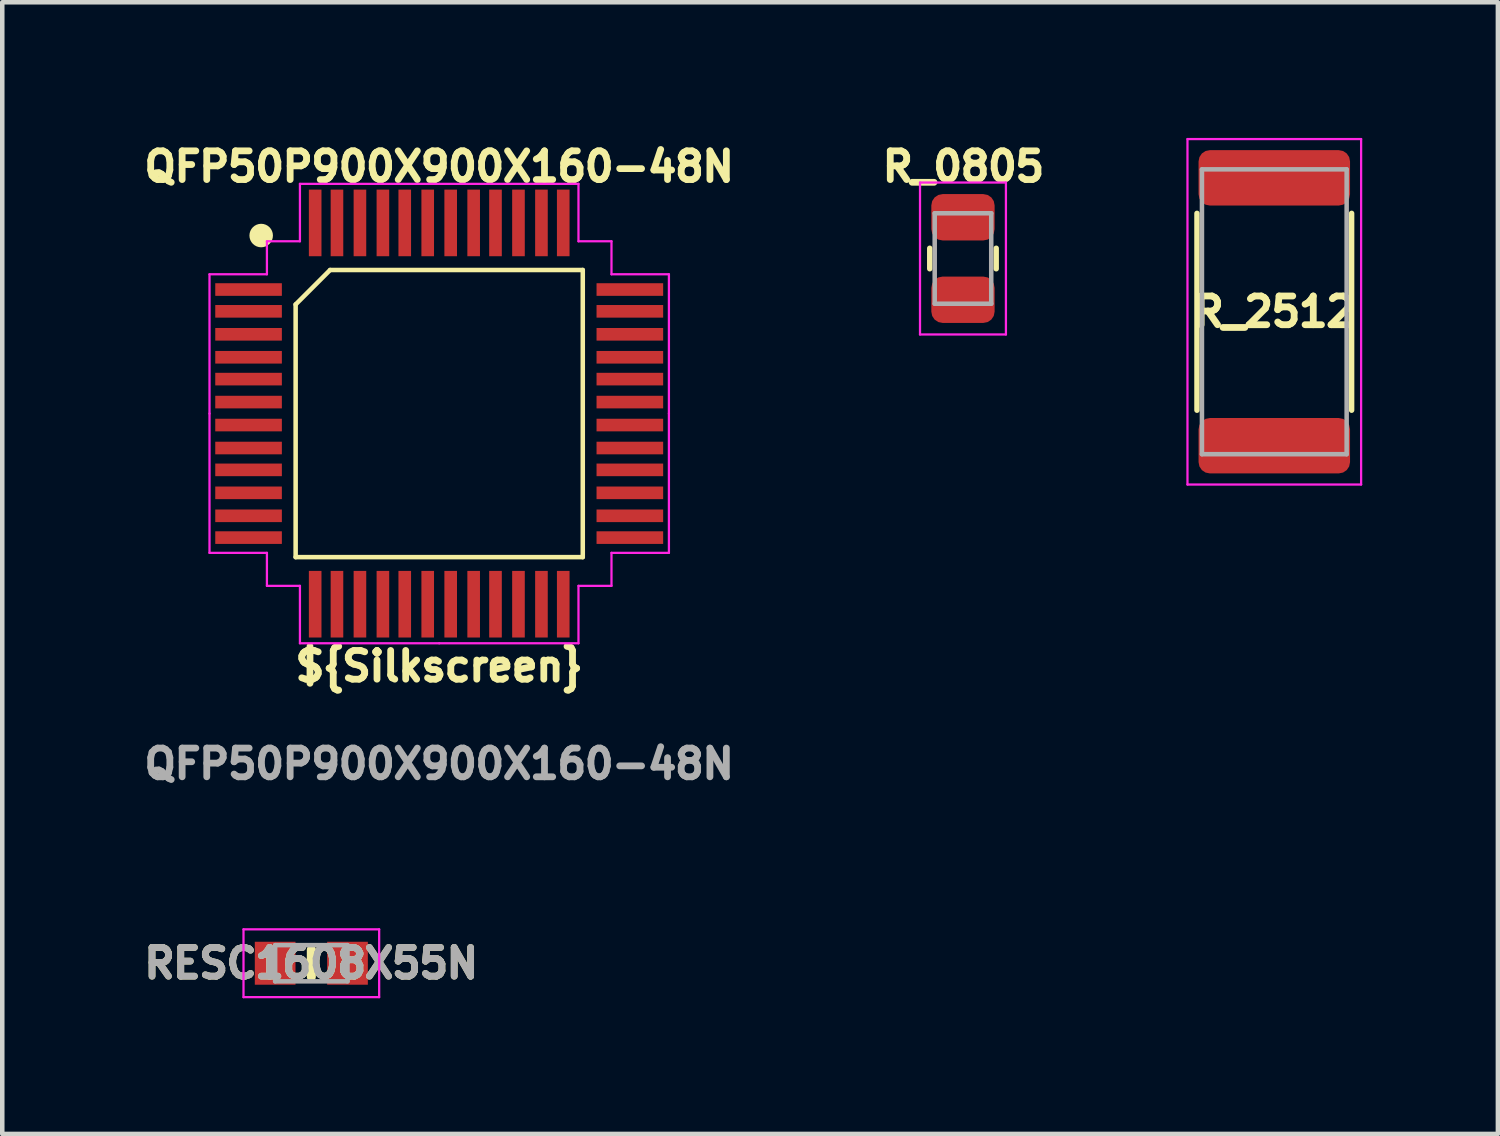
<source format=kicad_pcb>
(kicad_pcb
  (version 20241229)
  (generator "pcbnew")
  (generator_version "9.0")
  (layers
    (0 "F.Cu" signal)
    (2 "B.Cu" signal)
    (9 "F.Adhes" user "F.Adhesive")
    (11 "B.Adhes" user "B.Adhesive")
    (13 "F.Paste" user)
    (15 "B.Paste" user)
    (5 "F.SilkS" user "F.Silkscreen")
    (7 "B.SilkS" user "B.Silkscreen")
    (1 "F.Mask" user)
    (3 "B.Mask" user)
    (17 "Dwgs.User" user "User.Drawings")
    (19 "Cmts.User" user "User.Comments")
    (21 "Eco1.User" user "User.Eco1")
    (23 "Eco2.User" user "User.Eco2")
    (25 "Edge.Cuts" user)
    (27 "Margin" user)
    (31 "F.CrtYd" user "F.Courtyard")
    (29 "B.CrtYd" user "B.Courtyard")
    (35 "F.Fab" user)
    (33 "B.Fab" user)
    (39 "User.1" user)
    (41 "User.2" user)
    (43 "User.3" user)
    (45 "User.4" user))
  (footprint "R_2512"
    (layer "F.Cu")
    (at 25.131 3.845)
    (property "Reference" "R_2512" (at 0 0 180) (layer "F.SilkS") (effects (font (size 0.635 0.635) (thickness 0.15))))
    (attr smd)
    (fp_line (start -1.71 2.177) (end -1.71 -2.177) (stroke (width 0.12) (type solid)) (layer "F.SilkS"))
    (fp_line (start 1.71 2.177) (end 1.71 -2.177) (stroke (width 0.12) (type solid)) (layer "F.SilkS"))
    (fp_line (start -1.92 -3.82) (end 1.92 -3.82) (stroke (width 0.05) (type solid)) (layer "F.CrtYd"))
    (fp_line (start -1.92 3.82) (end -1.92 -3.82) (stroke (width 0.05) (type solid)) (layer "F.CrtYd"))
    (fp_line (start 1.92 -3.82) (end 1.92 3.82) (stroke (width 0.05) (type solid)) (layer "F.CrtYd"))
    (fp_line (start 1.92 3.82) (end -1.92 3.82) (stroke (width 0.05) (type solid)) (layer "F.CrtYd"))
    (fp_line (start -1.6 -3.15) (end 1.6 -3.15) (stroke (width 0.1) (type solid)) (layer "F.Fab"))
    (fp_line (start -1.6 3.15) (end -1.6 -3.15) (stroke (width 0.1) (type solid)) (layer "F.Fab"))
    (fp_line (start 1.6 -3.15) (end 1.6 3.15) (stroke (width 0.1) (type solid)) (layer "F.Fab"))
    (fp_line (start 1.6 3.15) (end -1.6 3.15) (stroke (width 0.1) (type solid)) (layer "F.Fab"))
    (pad "1" smd roundrect (at 0 2.962 90) (size 1.225 3.35) (layers "F.Cu" "F.Mask" "F.Paste") (roundrect_rratio 0.204))
    (pad "2" smd roundrect (at 0 -2.962 90) (size 1.225 3.35) (layers "F.Cu" "F.Mask" "F.Paste") (roundrect_rratio 0.204)))
  (footprint "QFP50P900X900X160-48N"
    (layer "F.Cu")
    (at 6.663 6.096)
    (property "Reference" "QFP50P900X900X160-48N" (at 0 -5.461 0) (layer "F.SilkS") (effects (font (size 0.635 0.635) (thickness 0.15))))
    (attr smd)
    (fp_line (start -3.175 -2.413) (end -2.413 -3.175) (stroke (width 0.1) (type solid)) (layer "F.SilkS"))
    (fp_line (start -3.175 3.175) (end -3.175 -2.413) (stroke (width 0.1) (type solid)) (layer "F.SilkS"))
    (fp_line (start -2.413 -3.175) (end 3.175 -3.175) (stroke (width 0.1) (type solid)) (layer "F.SilkS"))
    (fp_line (start 3.175 -3.175) (end 3.175 3.175) (stroke (width 0.1) (type solid)) (layer "F.SilkS"))
    (fp_line (start 3.175 3.175) (end -3.175 3.175) (stroke (width 0.1) (type solid)) (layer "F.SilkS"))
    (fp_circle (center -3.937 -3.937) (end -3.737 -3.937) (stroke (width 0.12) (type solid)) (fill yes) (layer "F.SilkS"))
    (fp_line (start -5.08 -3.08) (end -5.08 0) (stroke (width 0.05) (type solid)) (layer "F.CrtYd"))
    (fp_line (start -5.08 0) (end -5.08 3.08) (stroke (width 0.05) (type solid)) (layer "F.CrtYd"))
    (fp_line (start -5.08 3.08) (end -3.81 3.08) (stroke (width 0.05) (type solid)) (layer "F.CrtYd"))
    (fp_line (start -3.81 -3.08) (end -5.08 -3.08) (stroke (width 0.05) (type solid)) (layer "F.CrtYd"))
    (fp_line (start -3.81 -3.08) (end -3.81 -3.81) (stroke (width 0.05) (type solid)) (layer "F.CrtYd"))
    (fp_line (start -3.81 3.08) (end -3.81 3.81) (stroke (width 0.05) (type solid)) (layer "F.CrtYd"))
    (fp_line (start -3.08 -5.08) (end -3.08 -3.81) (stroke (width 0.05) (type solid)) (layer "F.CrtYd"))
    (fp_line (start -3.08 -3.81) (end -3.81 -3.81) (stroke (width 0.05) (type solid)) (layer "F.CrtYd"))
    (fp_line (start -3.08 3.81) (end -3.81 3.81) (stroke (width 0.05) (type solid)) (layer "F.CrtYd"))
    (fp_line (start -3.08 3.81) (end -3.08 5.08) (stroke (width 0.05) (type solid)) (layer "F.CrtYd"))
    (fp_line (start -3.08 5.08) (end 0 5.08) (stroke (width 0.05) (type solid)) (layer "F.CrtYd"))
    (fp_line (start 0 -5.08) (end -3.08 -5.08) (stroke (width 0.05) (type solid)) (layer "F.CrtYd"))
    (fp_line (start 0 5.08) (end 3.08 5.08) (stroke (width 0.05) (type solid)) (layer "F.CrtYd"))
    (fp_line (start 3.08 -5.08) (end 0 -5.08) (stroke (width 0.05) (type solid)) (layer "F.CrtYd"))
    (fp_line (start 3.08 -3.81) (end 3.08 -5.08) (stroke (width 0.05) (type solid)) (layer "F.CrtYd"))
    (fp_line (start 3.08 -3.81) (end 3.81 -3.81) (stroke (width 0.05) (type solid)) (layer "F.CrtYd"))
    (fp_line (start 3.08 3.81) (end 3.81 3.81) (stroke (width 0.05) (type solid)) (layer "F.CrtYd"))
    (fp_line (start 3.08 5.08) (end 3.08 3.81) (stroke (width 0.05) (type solid)) (layer "F.CrtYd"))
    (fp_line (start 3.81 -3.08) (end 3.81 -3.81) (stroke (width 0.05) (type solid)) (layer "F.CrtYd"))
    (fp_line (start 3.81 3.08) (end 3.81 3.81) (stroke (width 0.05) (type solid)) (layer "F.CrtYd"))
    (fp_line (start 3.81 3.08) (end 5.08 3.08) (stroke (width 0.05) (type solid)) (layer "F.CrtYd"))
    (fp_line (start 5.08 -3.08) (end 3.81 -3.08) (stroke (width 0.05) (type solid)) (layer "F.CrtYd"))
    (fp_line (start 5.08 0) (end 5.08 -3.08) (stroke (width 0.05) (type solid)) (layer "F.CrtYd"))
    (fp_line (start 5.08 3.08) (end 5.08 0) (stroke (width 0.05) (type solid)) (layer "F.CrtYd"))
    (fp_text user "${Silkscreen}" (at 0 5.588 0) (layer "F.SilkS") (effects (font (size 0.635 0.635) (thickness 0.15))))
    (fp_text user "${REFERENCE}" (at 0 7.747 0) (layer "F.Fab") (effects (font (size 0.635 0.635) (thickness 0.15))))
    (pad "1" smd rect (at -4.216 -2.743 90) (size 0.279 1.473) (layers "F.Cu" "F.Mask" "F.Paste"))
    (pad "2" smd rect (at -4.216 -2.261 90) (size 0.279 1.473) (layers "F.Cu" "F.Mask" "F.Paste"))
    (pad "3" smd rect (at -4.216 -1.753 90) (size 0.279 1.473) (layers "F.Cu" "F.Mask" "F.Paste"))
    (pad "4" smd rect (at -4.216 -1.245 90) (size 0.279 1.473) (layers "F.Cu" "F.Mask" "F.Paste"))
    (pad "5" smd rect (at -4.216 -0.762 90) (size 0.279 1.473) (layers "F.Cu" "F.Mask" "F.Paste"))
    (pad "6" smd rect (at -4.216 -0.254 90) (size 0.279 1.473) (layers "F.Cu" "F.Mask" "F.Paste"))
    (pad "7" smd rect (at -4.216 0.254 90) (size 0.279 1.473) (layers "F.Cu" "F.Mask" "F.Paste"))
    (pad "8" smd rect (at -4.216 0.762 90) (size 0.279 1.473) (layers "F.Cu" "F.Mask" "F.Paste"))
    (pad "9" smd rect (at -4.216 1.245 90) (size 0.279 1.473) (layers "F.Cu" "F.Mask" "F.Paste"))
    (pad "10" smd rect (at -4.216 1.753 90) (size 0.279 1.473) (layers "F.Cu" "F.Mask" "F.Paste"))
    (pad "11" smd rect (at -4.216 2.261 90) (size 0.279 1.473) (layers "F.Cu" "F.Mask" "F.Paste"))
    (pad "12" smd rect (at -4.216 2.743 90) (size 0.279 1.473) (layers "F.Cu" "F.Mask" "F.Paste"))
    (pad "13" smd rect (at -2.743 4.216) (size 0.279 1.473) (layers "F.Cu" "F.Mask" "F.Paste"))
    (pad "14" smd rect (at -2.261 4.216) (size 0.279 1.473) (layers "F.Cu" "F.Mask" "F.Paste"))
    (pad "15" smd rect (at -1.753 4.216) (size 0.279 1.473) (layers "F.Cu" "F.Mask" "F.Paste"))
    (pad "16" smd rect (at -1.245 4.216) (size 0.279 1.473) (layers "F.Cu" "F.Mask" "F.Paste"))
    (pad "17" smd rect (at -0.762 4.216) (size 0.279 1.473) (layers "F.Cu" "F.Mask" "F.Paste"))
    (pad "18" smd rect (at -0.254 4.216) (size 0.279 1.473) (layers "F.Cu" "F.Mask" "F.Paste"))
    (pad "19" smd rect (at 0.254 4.216) (size 0.279 1.473) (layers "F.Cu" "F.Mask" "F.Paste"))
    (pad "20" smd rect (at 0.762 4.216) (size 0.279 1.473) (layers "F.Cu" "F.Mask" "F.Paste"))
    (pad "21" smd rect (at 1.245 4.216) (size 0.279 1.473) (layers "F.Cu" "F.Mask" "F.Paste"))
    (pad "22" smd rect (at 1.753 4.216) (size 0.279 1.473) (layers "F.Cu" "F.Mask" "F.Paste"))
    (pad "23" smd rect (at 2.261 4.216) (size 0.279 1.473) (layers "F.Cu" "F.Mask" "F.Paste"))
    (pad "24" smd rect (at 2.743 4.216) (size 0.279 1.473) (layers "F.Cu" "F.Mask" "F.Paste"))
    (pad "25" smd rect (at 4.216 2.743 90) (size 0.279 1.473) (layers "F.Cu" "F.Mask" "F.Paste"))
    (pad "26" smd rect (at 4.216 2.261 90) (size 0.279 1.473) (layers "F.Cu" "F.Mask" "F.Paste"))
    (pad "27" smd rect (at 4.216 1.753 90) (size 0.279 1.473) (layers "F.Cu" "F.Mask" "F.Paste"))
    (pad "28" smd rect (at 4.216 1.245 90) (size 0.279 1.473) (layers "F.Cu" "F.Mask" "F.Paste"))
    (pad "29" smd rect (at 4.216 0.762 90) (size 0.279 1.473) (layers "F.Cu" "F.Mask" "F.Paste"))
    (pad "30" smd rect (at 4.216 0.254 90) (size 0.279 1.473) (layers "F.Cu" "F.Mask" "F.Paste"))
    (pad "31" smd rect (at 4.216 -0.254 90) (size 0.279 1.473) (layers "F.Cu" "F.Mask" "F.Paste"))
    (pad "32" smd rect (at 4.216 -0.762 90) (size 0.279 1.473) (layers "F.Cu" "F.Mask" "F.Paste"))
    (pad "33" smd rect (at 4.216 -1.245 90) (size 0.279 1.473) (layers "F.Cu" "F.Mask" "F.Paste"))
    (pad "34" smd rect (at 4.216 -1.753 90) (size 0.279 1.473) (layers "F.Cu" "F.Mask" "F.Paste"))
    (pad "35" smd rect (at 4.216 -2.261 90) (size 0.279 1.473) (layers "F.Cu" "F.Mask" "F.Paste"))
    (pad "36" smd rect (at 4.216 -2.743 90) (size 0.279 1.473) (layers "F.Cu" "F.Mask" "F.Paste"))
    (pad "37" smd rect (at 2.743 -4.216) (size 0.279 1.473) (layers "F.Cu" "F.Mask" "F.Paste"))
    (pad "38" smd rect (at 2.261 -4.216) (size 0.279 1.473) (layers "F.Cu" "F.Mask" "F.Paste"))
    (pad "39" smd rect (at 1.753 -4.216) (size 0.279 1.473) (layers "F.Cu" "F.Mask" "F.Paste"))
    (pad "40" smd rect (at 1.245 -4.216) (size 0.279 1.473) (layers "F.Cu" "F.Mask" "F.Paste"))
    (pad "41" smd rect (at 0.762 -4.216) (size 0.279 1.473) (layers "F.Cu" "F.Mask" "F.Paste"))
    (pad "42" smd rect (at 0.254 -4.216) (size 0.279 1.473) (layers "F.Cu" "F.Mask" "F.Paste"))
    (pad "43" smd rect (at -0.254 -4.216) (size 0.279 1.473) (layers "F.Cu" "F.Mask" "F.Paste"))
    (pad "44" smd rect (at -0.762 -4.216) (size 0.279 1.473) (layers "F.Cu" "F.Mask" "F.Paste"))
    (pad "45" smd rect (at -1.245 -4.216) (size 0.279 1.473) (layers "F.Cu" "F.Mask" "F.Paste"))
    (pad "46" smd rect (at -1.753 -4.216) (size 0.279 1.473) (layers "F.Cu" "F.Mask" "F.Paste"))
    (pad "47" smd rect (at -2.261 -4.216) (size 0.279 1.473) (layers "F.Cu" "F.Mask" "F.Paste"))
    (pad "48" smd rect (at -2.743 -4.216) (size 0.279 1.473) (layers "F.Cu" "F.Mask" "F.Paste")))
  (footprint "RESC1608X55N"
    (layer "F.Cu")
    (at 3.835 18.252)
    (property "Reference" "RESC1608X55N" (at 0 0 0) (layer "F.SilkS") (effects (font (size 0.635 0.635) (thickness 0.15))))
    (attr smd)
    (fp_line (start 0 -0.3) (end 0 0.3) (stroke (width 0.2) (type solid)) (layer "F.SilkS"))
    (fp_line (start -1.5 -0.75) (end 1.5 -0.75) (stroke (width 0.05) (type solid)) (layer "F.CrtYd"))
    (fp_line (start -1.5 0.75) (end -1.5 -0.75) (stroke (width 0.05) (type solid)) (layer "F.CrtYd"))
    (fp_line (start 1.5 -0.75) (end 1.5 0.75) (stroke (width 0.05) (type solid)) (layer "F.CrtYd"))
    (fp_line (start 1.5 0.75) (end -1.5 0.75) (stroke (width 0.05) (type solid)) (layer "F.CrtYd"))
    (fp_line (start -0.8 -0.4) (end 0.8 -0.4) (stroke (width 0.1) (type solid)) (layer "F.Fab"))
    (fp_line (start -0.8 0.4) (end -0.8 -0.4) (stroke (width 0.1) (type solid)) (layer "F.Fab"))
    (fp_line (start 0.8 -0.4) (end 0.8 0.4) (stroke (width 0.1) (type solid)) (layer "F.Fab"))
    (fp_line (start 0.8 0.4) (end -0.8 0.4) (stroke (width 0.1) (type solid)) (layer "F.Fab"))
    (fp_text user "${REFERENCE}" (at 0 0 0) (layer "F.Fab") (effects (font (size 0.635 0.635) (thickness 0.15))))
    (pad "1" smd rect (at -0.8 0) (size 0.9 0.95) (layers "F.Cu" "F.Mask" "F.Paste"))
    (pad "2" smd rect (at 0.8 0) (size 0.9 0.95) (layers "F.Cu" "F.Mask" "F.Paste")))
  (footprint "R_0805"
    (layer "F.Cu")
    (at 18.256 2.667)
    (property "Reference" "R_0805" (at 0 -2.032 180) (layer "F.SilkS") (effects (font (size 0.635 0.635) (thickness 0.15))))
    (property "Description" "" (at 0 0 0) (layer "F.Fab") (hide yes) (effects (font (size 1.27 1.27) (thickness 0.15))))
    (attr smd)
    (fp_line (start -0.745 0.227) (end -0.745 -0.227) (stroke (width 0.12) (type solid)) (layer "F.SilkS"))
    (fp_line (start 0.725 0.227) (end 0.725 -0.227) (stroke (width 0.12) (type solid)) (layer "F.SilkS"))
    (fp_line (start -0.96 -1.68) (end 0.94 -1.68) (stroke (width 0.05) (type solid)) (layer "F.CrtYd"))
    (fp_line (start -0.96 1.68) (end -0.96 -1.68) (stroke (width 0.05) (type solid)) (layer "F.CrtYd"))
    (fp_line (start 0.94 -1.68) (end 0.94 1.68) (stroke (width 0.05) (type solid)) (layer "F.CrtYd"))
    (fp_line (start 0.94 1.68) (end -0.96 1.68) (stroke (width 0.05) (type solid)) (layer "F.CrtYd"))
    (fp_line (start -0.635 -1) (end 0.615 -1) (stroke (width 0.1) (type solid)) (layer "F.Fab"))
    (fp_line (start -0.635 1) (end -0.635 -1) (stroke (width 0.1) (type solid)) (layer "F.Fab"))
    (fp_line (start 0.615 -1) (end 0.615 1) (stroke (width 0.1) (type solid)) (layer "F.Fab"))
    (fp_line (start 0.615 1) (end -0.635 1) (stroke (width 0.1) (type solid)) (layer "F.Fab"))
    (fp_text user "${Description}" (at 0 2.032 180) (layer "F.SilkS") (effects (font (size 0.635 0.635) (thickness 0.15))))
    (pad "1" smd roundrect (at -0.01 0.912 90) (size 1.025 1.4) (layers "F.Cu" "F.Mask" "F.Paste") (roundrect_rratio 0.244))
    (pad "2" smd roundrect (at -0.01 -0.912 90) (size 1.025 1.4) (layers "F.Cu" "F.Mask" "F.Paste") (roundrect_rratio 0.244)))
  (gr_rect
    (start -3 -3)
    (end 30.076 22.027)
    (stroke (width 0.1) (type default))
    (fill no)
    (layer "Edge.Cuts")))
</source>
